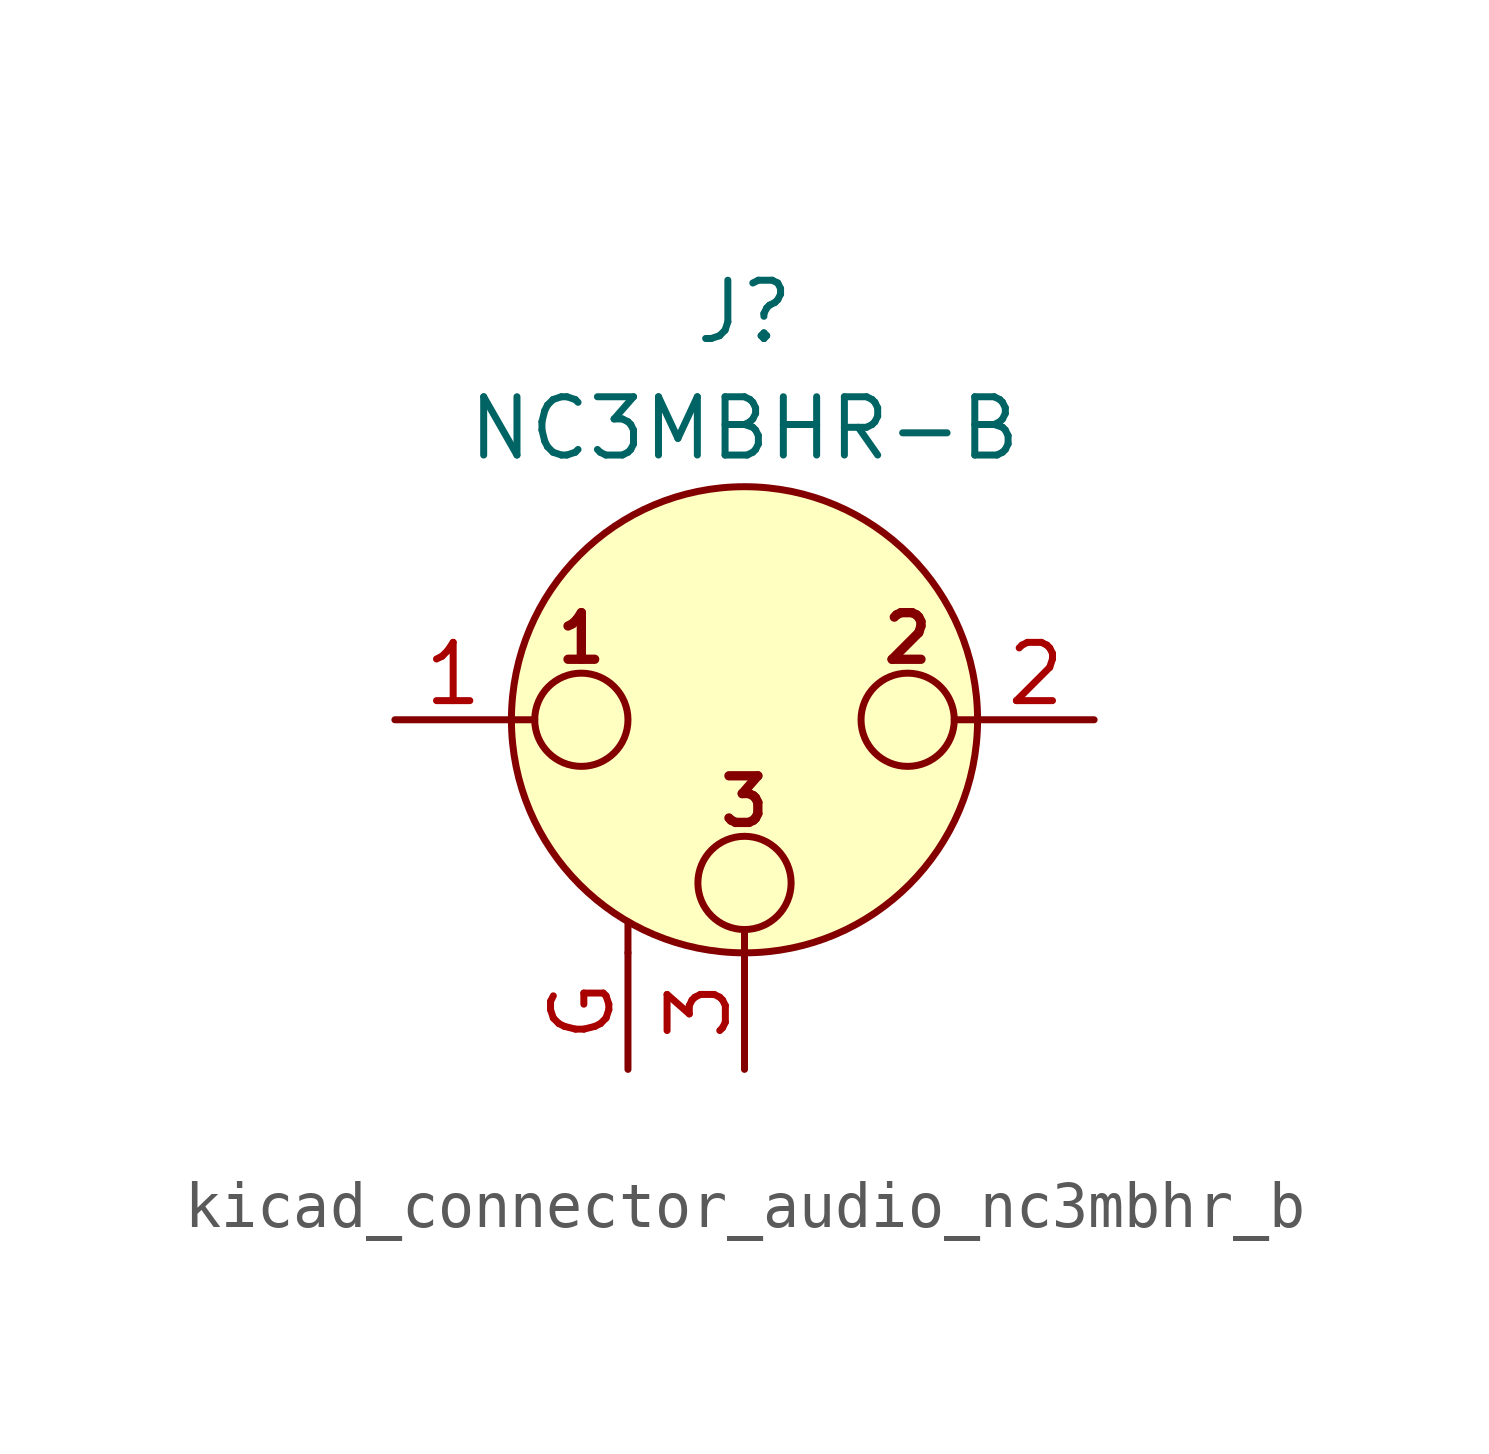
<source format=kicad_sym>
(kicad_symbol_lib
  (version 20220914)
  (generator kicad_symbol_editor)
  (symbol "kicad_connector_audio_nc3mbhr_b"
    (pin_names hide)
    (property "Reference" "J"
      (at 0 8.89 0)
      (effects (font (size 1.27 1.27))))
    (property "Value" "NC3MBHR-B"
      (at 0 6.35 0)
      (effects (font (size 1.27 1.27))))
    (symbol "kicad_connector_audio_nc3mbhr_b_0_1"
      (circle (center -3.556 0) (radius 1.016) (stroke (width 0) (type default)) (fill (type none)))
      (circle (center 0 -3.556) (radius 1.016) (stroke (width 0) (type default)) (fill (type none)))
      (polyline (pts (xy -5.08 0) (xy -4.572 0)) (stroke (width 0) (type default)) (fill (type none)))
      (polyline (pts (xy -2.54 -5.08) (xy -2.54 -4.445)) (stroke (width 0) (type default)) (fill (type none)))
      (polyline (pts (xy 0 -5.08) (xy 0 -4.572)) (stroke (width 0) (type default)) (fill (type none)))
      (polyline (pts (xy 5.08 0) (xy 4.572 0)) (stroke (width 0) (type default)) (fill (type none)))
      (circle (center 0 0) (radius 5.08) (stroke (width 0) (type default)) (fill (type background)))
      (circle (center 3.556 0) (radius 1.016) (stroke (width 0) (type default)) (fill (type none)))
      (text "1" (at -3.556 1.778 0) (effects (font (size 1.016 1.016) bold)))
      (text "2" (at 3.556 1.778 0) (effects (font (size 1.016 1.016) bold)))
      (text "3" (at 0 -1.778 0) (effects (font (size 1.016 1.016) bold)))
      (pin passive line (at -7.62 0 0) (length 2.54) (name "~" (effects (font (size 1.27 1.27)))) (number "1" (effects (font (size 1.27 1.27)))))
      (pin passive line (at 7.62 0 180) (length 2.54) (name "~" (effects (font (size 1.27 1.27)))) (number "2" (effects (font (size 1.27 1.27)))))
      (pin passive line (at 0 -7.62 90) (length 2.54) (name "~" (effects (font (size 1.27 1.27)))) (number "3" (effects (font (size 1.27 1.27))))))
    (symbol "kicad_connector_audio_nc3mbhr_b_1_1"
      (pin passive line (at -2.54 -7.62 90) (length 2.54) (name "~" (effects (font (size 1.27 1.27)))) (number "G" (effects (font (size 1.27 1.27))))))))
</source>
